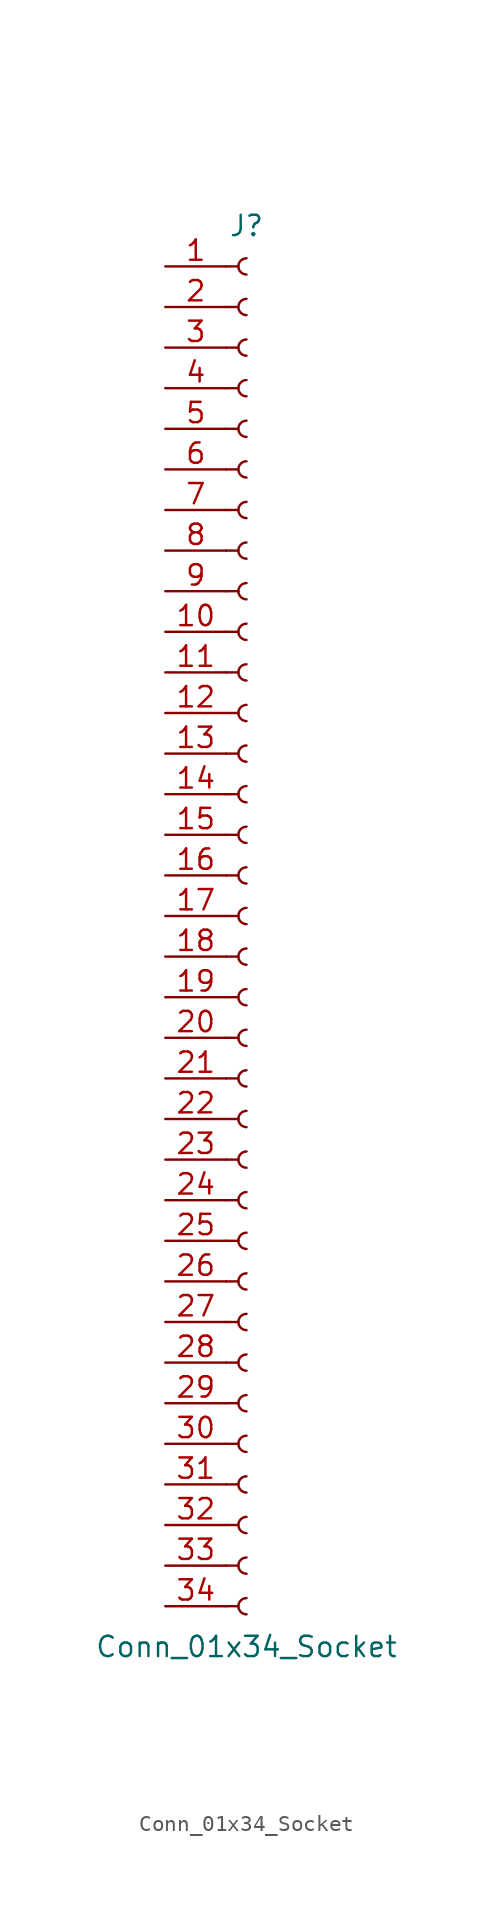
<source format=kicad_sym>
(kicad_symbol_lib
  (version 20241209)
  (generator "kicad_symbol_editor")
  (generator_version "9.0")
  (symbol "Conn_01x34_Socket"
    (pin_names
      (offset 1.016)
      (hide yes))
    (property "Reference" "J"
      (at 0 43.18 0)
      (effects (font (size 1.27 1.27))))
    (property "Value" "Conn_01x34_Socket"
      (at 0 -45.72 0)
      (effects (font (size 1.27 1.27))))
    (property "ki_locked" ""
      (at 0 0 0)
      (effects (font (size 1.27 1.27))))
    (symbol "Conn_01x34_Socket_1_1"
      (polyline (pts (xy -1.27 40.64) (xy -0.508 40.64)) (stroke (width 0.152) (type default)) (fill (type none)))
      (polyline (pts (xy -1.27 38.1) (xy -0.508 38.1)) (stroke (width 0.152) (type default)) (fill (type none)))
      (polyline (pts (xy -1.27 35.56) (xy -0.508 35.56)) (stroke (width 0.152) (type default)) (fill (type none)))
      (polyline (pts (xy -1.27 33.02) (xy -0.508 33.02)) (stroke (width 0.152) (type default)) (fill (type none)))
      (polyline (pts (xy -1.27 30.48) (xy -0.508 30.48)) (stroke (width 0.152) (type default)) (fill (type none)))
      (polyline (pts (xy -1.27 27.94) (xy -0.508 27.94)) (stroke (width 0.152) (type default)) (fill (type none)))
      (polyline (pts (xy -1.27 25.4) (xy -0.508 25.4)) (stroke (width 0.152) (type default)) (fill (type none)))
      (polyline (pts (xy -1.27 22.86) (xy -0.508 22.86)) (stroke (width 0.152) (type default)) (fill (type none)))
      (polyline (pts (xy -1.27 20.32) (xy -0.508 20.32)) (stroke (width 0.152) (type default)) (fill (type none)))
      (polyline (pts (xy -1.27 17.78) (xy -0.508 17.78)) (stroke (width 0.152) (type default)) (fill (type none)))
      (polyline (pts (xy -1.27 15.24) (xy -0.508 15.24)) (stroke (width 0.152) (type default)) (fill (type none)))
      (polyline (pts (xy -1.27 12.7) (xy -0.508 12.7)) (stroke (width 0.152) (type default)) (fill (type none)))
      (polyline (pts (xy -1.27 10.16) (xy -0.508 10.16)) (stroke (width 0.152) (type default)) (fill (type none)))
      (polyline (pts (xy -1.27 7.62) (xy -0.508 7.62)) (stroke (width 0.152) (type default)) (fill (type none)))
      (polyline (pts (xy -1.27 5.08) (xy -0.508 5.08)) (stroke (width 0.152) (type default)) (fill (type none)))
      (polyline (pts (xy -1.27 2.54) (xy -0.508 2.54)) (stroke (width 0.152) (type default)) (fill (type none)))
      (polyline (pts (xy -1.27 0) (xy -0.508 0)) (stroke (width 0.152) (type default)) (fill (type none)))
      (polyline (pts (xy -1.27 -2.54) (xy -0.508 -2.54)) (stroke (width 0.152) (type default)) (fill (type none)))
      (polyline (pts (xy -1.27 -5.08) (xy -0.508 -5.08)) (stroke (width 0.152) (type default)) (fill (type none)))
      (polyline (pts (xy -1.27 -7.62) (xy -0.508 -7.62)) (stroke (width 0.152) (type default)) (fill (type none)))
      (polyline (pts (xy -1.27 -10.16) (xy -0.508 -10.16)) (stroke (width 0.152) (type default)) (fill (type none)))
      (polyline (pts (xy -1.27 -12.7) (xy -0.508 -12.7)) (stroke (width 0.152) (type default)) (fill (type none)))
      (polyline (pts (xy -1.27 -15.24) (xy -0.508 -15.24)) (stroke (width 0.152) (type default)) (fill (type none)))
      (polyline (pts (xy -1.27 -17.78) (xy -0.508 -17.78)) (stroke (width 0.152) (type default)) (fill (type none)))
      (polyline (pts (xy -1.27 -20.32) (xy -0.508 -20.32)) (stroke (width 0.152) (type default)) (fill (type none)))
      (polyline (pts (xy -1.27 -22.86) (xy -0.508 -22.86)) (stroke (width 0.152) (type default)) (fill (type none)))
      (polyline (pts (xy -1.27 -25.4) (xy -0.508 -25.4)) (stroke (width 0.152) (type default)) (fill (type none)))
      (polyline (pts (xy -1.27 -27.94) (xy -0.508 -27.94)) (stroke (width 0.152) (type default)) (fill (type none)))
      (polyline (pts (xy -1.27 -30.48) (xy -0.508 -30.48)) (stroke (width 0.152) (type default)) (fill (type none)))
      (polyline (pts (xy -1.27 -33.02) (xy -0.508 -33.02)) (stroke (width 0.152) (type default)) (fill (type none)))
      (polyline (pts (xy -1.27 -35.56) (xy -0.508 -35.56)) (stroke (width 0.152) (type default)) (fill (type none)))
      (polyline (pts (xy -1.27 -38.1) (xy -0.508 -38.1)) (stroke (width 0.152) (type default)) (fill (type none)))
      (polyline (pts (xy -1.27 -40.64) (xy -0.508 -40.64)) (stroke (width 0.152) (type default)) (fill (type none)))
      (polyline (pts (xy -1.27 -43.18) (xy -0.508 -43.18)) (stroke (width 0.152) (type default)) (fill (type none)))
      (arc (start 0 40.132) (mid -0.5058 40.64) (end 0 41.148) (stroke (width 0.1524) (type default)) (fill (type none)))
      (arc (start 0 37.592) (mid -0.5058 38.1) (end 0 38.608) (stroke (width 0.1524) (type default)) (fill (type none)))
      (arc (start 0 35.052) (mid -0.5058 35.56) (end 0 36.068) (stroke (width 0.1524) (type default)) (fill (type none)))
      (arc (start 0 32.512) (mid -0.5058 33.02) (end 0 33.528) (stroke (width 0.1524) (type default)) (fill (type none)))
      (arc (start 0 29.972) (mid -0.5058 30.48) (end 0 30.988) (stroke (width 0.1524) (type default)) (fill (type none)))
      (arc (start 0 27.432) (mid -0.5058 27.94) (end 0 28.448) (stroke (width 0.1524) (type default)) (fill (type none)))
      (arc (start 0 24.892) (mid -0.5058 25.4) (end 0 25.908) (stroke (width 0.1524) (type default)) (fill (type none)))
      (arc (start 0 22.352) (mid -0.5058 22.86) (end 0 23.368) (stroke (width 0.1524) (type default)) (fill (type none)))
      (arc (start 0 19.812) (mid -0.5058 20.32) (end 0 20.828) (stroke (width 0.1524) (type default)) (fill (type none)))
      (arc (start 0 17.272) (mid -0.5058 17.78) (end 0 18.288) (stroke (width 0.1524) (type default)) (fill (type none)))
      (arc (start 0 14.732) (mid -0.5058 15.24) (end 0 15.748) (stroke (width 0.1524) (type default)) (fill (type none)))
      (arc (start 0 12.192) (mid -0.5058 12.7) (end 0 13.208) (stroke (width 0.1524) (type default)) (fill (type none)))
      (arc (start 0 9.652) (mid -0.5058 10.16) (end 0 10.668) (stroke (width 0.1524) (type default)) (fill (type none)))
      (arc (start 0 7.112) (mid -0.5058 7.62) (end 0 8.128) (stroke (width 0.1524) (type default)) (fill (type none)))
      (arc (start 0 4.572) (mid -0.5058 5.08) (end 0 5.588) (stroke (width 0.1524) (type default)) (fill (type none)))
      (arc (start 0 2.032) (mid -0.5058 2.54) (end 0 3.048) (stroke (width 0.1524) (type default)) (fill (type none)))
      (arc (start 0 -0.508) (mid -0.5058 0) (end 0 0.508) (stroke (width 0.1524) (type default)) (fill (type none)))
      (arc (start 0 -3.048) (mid -0.5058 -2.54) (end 0 -2.032) (stroke (width 0.1524) (type default)) (fill (type none)))
      (arc (start 0 -5.588) (mid -0.5058 -5.08) (end 0 -4.572) (stroke (width 0.1524) (type default)) (fill (type none)))
      (arc (start 0 -8.128) (mid -0.5058 -7.62) (end 0 -7.112) (stroke (width 0.1524) (type default)) (fill (type none)))
      (arc (start 0 -10.668) (mid -0.5058 -10.16) (end 0 -9.652) (stroke (width 0.1524) (type default)) (fill (type none)))
      (arc (start 0 -13.208) (mid -0.5058 -12.7) (end 0 -12.192) (stroke (width 0.1524) (type default)) (fill (type none)))
      (arc (start 0 -15.748) (mid -0.5058 -15.24) (end 0 -14.732) (stroke (width 0.1524) (type default)) (fill (type none)))
      (arc (start 0 -18.288) (mid -0.5058 -17.78) (end 0 -17.272) (stroke (width 0.1524) (type default)) (fill (type none)))
      (arc (start 0 -20.828) (mid -0.5058 -20.32) (end 0 -19.812) (stroke (width 0.1524) (type default)) (fill (type none)))
      (arc (start 0 -23.368) (mid -0.5058 -22.86) (end 0 -22.352) (stroke (width 0.1524) (type default)) (fill (type none)))
      (arc (start 0 -25.908) (mid -0.5058 -25.4) (end 0 -24.892) (stroke (width 0.1524) (type default)) (fill (type none)))
      (arc (start 0 -28.448) (mid -0.5058 -27.94) (end 0 -27.432) (stroke (width 0.1524) (type default)) (fill (type none)))
      (arc (start 0 -30.988) (mid -0.5058 -30.48) (end 0 -29.972) (stroke (width 0.1524) (type default)) (fill (type none)))
      (arc (start 0 -33.528) (mid -0.5058 -33.02) (end 0 -32.512) (stroke (width 0.1524) (type default)) (fill (type none)))
      (arc (start 0 -36.068) (mid -0.5058 -35.56) (end 0 -35.052) (stroke (width 0.1524) (type default)) (fill (type none)))
      (arc (start 0 -38.608) (mid -0.5058 -38.1) (end 0 -37.592) (stroke (width 0.1524) (type default)) (fill (type none)))
      (arc (start 0 -41.148) (mid -0.5058 -40.64) (end 0 -40.132) (stroke (width 0.1524) (type default)) (fill (type none)))
      (arc (start 0 -43.688) (mid -0.5058 -43.18) (end 0 -42.672) (stroke (width 0.1524) (type default)) (fill (type none)))
      (pin passive line (at -5.08 40.64 0) (length 3.81) (name "Pin_1" (effects (font (size 1.27 1.27)))) (number "1" (effects (font (size 1.27 1.27)))))
      (pin passive line (at -5.08 38.1 0) (length 3.81) (name "Pin_2" (effects (font (size 1.27 1.27)))) (number "2" (effects (font (size 1.27 1.27)))))
      (pin passive line (at -5.08 35.56 0) (length 3.81) (name "Pin_3" (effects (font (size 1.27 1.27)))) (number "3" (effects (font (size 1.27 1.27)))))
      (pin passive line (at -5.08 33.02 0) (length 3.81) (name "Pin_4" (effects (font (size 1.27 1.27)))) (number "4" (effects (font (size 1.27 1.27)))))
      (pin passive line (at -5.08 30.48 0) (length 3.81) (name "Pin_5" (effects (font (size 1.27 1.27)))) (number "5" (effects (font (size 1.27 1.27)))))
      (pin passive line (at -5.08 27.94 0) (length 3.81) (name "Pin_6" (effects (font (size 1.27 1.27)))) (number "6" (effects (font (size 1.27 1.27)))))
      (pin passive line (at -5.08 25.4 0) (length 3.81) (name "Pin_7" (effects (font (size 1.27 1.27)))) (number "7" (effects (font (size 1.27 1.27)))))
      (pin passive line (at -5.08 22.86 0) (length 3.81) (name "Pin_8" (effects (font (size 1.27 1.27)))) (number "8" (effects (font (size 1.27 1.27)))))
      (pin passive line (at -5.08 20.32 0) (length 3.81) (name "Pin_9" (effects (font (size 1.27 1.27)))) (number "9" (effects (font (size 1.27 1.27)))))
      (pin passive line (at -5.08 17.78 0) (length 3.81) (name "Pin_10" (effects (font (size 1.27 1.27)))) (number "10" (effects (font (size 1.27 1.27)))))
      (pin passive line (at -5.08 15.24 0) (length 3.81) (name "Pin_11" (effects (font (size 1.27 1.27)))) (number "11" (effects (font (size 1.27 1.27)))))
      (pin passive line (at -5.08 12.7 0) (length 3.81) (name "Pin_12" (effects (font (size 1.27 1.27)))) (number "12" (effects (font (size 1.27 1.27)))))
      (pin passive line (at -5.08 10.16 0) (length 3.81) (name "Pin_13" (effects (font (size 1.27 1.27)))) (number "13" (effects (font (size 1.27 1.27)))))
      (pin passive line (at -5.08 7.62 0) (length 3.81) (name "Pin_14" (effects (font (size 1.27 1.27)))) (number "14" (effects (font (size 1.27 1.27)))))
      (pin passive line (at -5.08 5.08 0) (length 3.81) (name "Pin_15" (effects (font (size 1.27 1.27)))) (number "15" (effects (font (size 1.27 1.27)))))
      (pin passive line (at -5.08 2.54 0) (length 3.81) (name "Pin_16" (effects (font (size 1.27 1.27)))) (number "16" (effects (font (size 1.27 1.27)))))
      (pin passive line (at -5.08 0 0) (length 3.81) (name "Pin_17" (effects (font (size 1.27 1.27)))) (number "17" (effects (font (size 1.27 1.27)))))
      (pin passive line (at -5.08 -2.54 0) (length 3.81) (name "Pin_18" (effects (font (size 1.27 1.27)))) (number "18" (effects (font (size 1.27 1.27)))))
      (pin passive line (at -5.08 -5.08 0) (length 3.81) (name "Pin_19" (effects (font (size 1.27 1.27)))) (number "19" (effects (font (size 1.27 1.27)))))
      (pin passive line (at -5.08 -7.62 0) (length 3.81) (name "Pin_20" (effects (font (size 1.27 1.27)))) (number "20" (effects (font (size 1.27 1.27)))))
      (pin passive line (at -5.08 -10.16 0) (length 3.81) (name "Pin_21" (effects (font (size 1.27 1.27)))) (number "21" (effects (font (size 1.27 1.27)))))
      (pin passive line (at -5.08 -12.7 0) (length 3.81) (name "Pin_22" (effects (font (size 1.27 1.27)))) (number "22" (effects (font (size 1.27 1.27)))))
      (pin passive line (at -5.08 -15.24 0) (length 3.81) (name "Pin_23" (effects (font (size 1.27 1.27)))) (number "23" (effects (font (size 1.27 1.27)))))
      (pin passive line (at -5.08 -17.78 0) (length 3.81) (name "Pin_24" (effects (font (size 1.27 1.27)))) (number "24" (effects (font (size 1.27 1.27)))))
      (pin passive line (at -5.08 -20.32 0) (length 3.81) (name "Pin_25" (effects (font (size 1.27 1.27)))) (number "25" (effects (font (size 1.27 1.27)))))
      (pin passive line (at -5.08 -22.86 0) (length 3.81) (name "Pin_26" (effects (font (size 1.27 1.27)))) (number "26" (effects (font (size 1.27 1.27)))))
      (pin passive line (at -5.08 -25.4 0) (length 3.81) (name "Pin_27" (effects (font (size 1.27 1.27)))) (number "27" (effects (font (size 1.27 1.27)))))
      (pin passive line (at -5.08 -27.94 0) (length 3.81) (name "Pin_28" (effects (font (size 1.27 1.27)))) (number "28" (effects (font (size 1.27 1.27)))))
      (pin passive line (at -5.08 -30.48 0) (length 3.81) (name "Pin_29" (effects (font (size 1.27 1.27)))) (number "29" (effects (font (size 1.27 1.27)))))
      (pin passive line (at -5.08 -33.02 0) (length 3.81) (name "Pin_30" (effects (font (size 1.27 1.27)))) (number "30" (effects (font (size 1.27 1.27)))))
      (pin passive line (at -5.08 -35.56 0) (length 3.81) (name "Pin_31" (effects (font (size 1.27 1.27)))) (number "31" (effects (font (size 1.27 1.27)))))
      (pin passive line (at -5.08 -38.1 0) (length 3.81) (name "Pin_32" (effects (font (size 1.27 1.27)))) (number "32" (effects (font (size 1.27 1.27)))))
      (pin passive line (at -5.08 -40.64 0) (length 3.81) (name "Pin_33" (effects (font (size 1.27 1.27)))) (number "33" (effects (font (size 1.27 1.27)))))
      (pin passive line (at -5.08 -43.18 0) (length 3.81) (name "Pin_34" (effects (font (size 1.27 1.27)))) (number "34" (effects (font (size 1.27 1.27))))))))
</source>
